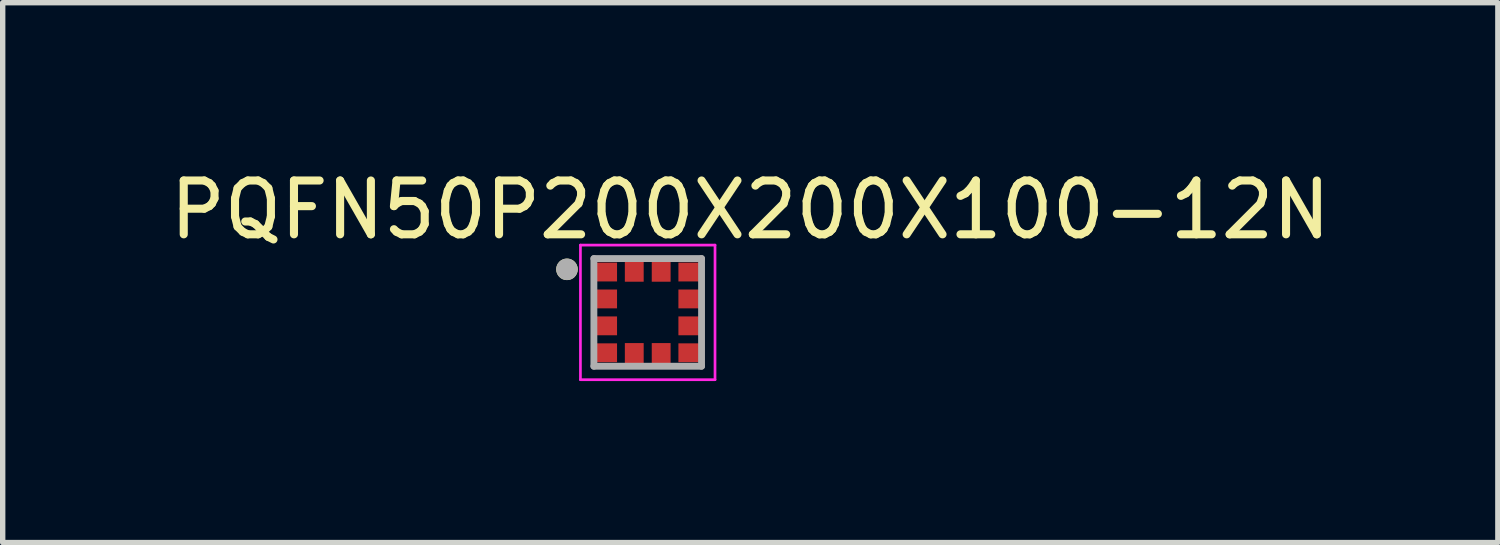
<source format=kicad_pcb>
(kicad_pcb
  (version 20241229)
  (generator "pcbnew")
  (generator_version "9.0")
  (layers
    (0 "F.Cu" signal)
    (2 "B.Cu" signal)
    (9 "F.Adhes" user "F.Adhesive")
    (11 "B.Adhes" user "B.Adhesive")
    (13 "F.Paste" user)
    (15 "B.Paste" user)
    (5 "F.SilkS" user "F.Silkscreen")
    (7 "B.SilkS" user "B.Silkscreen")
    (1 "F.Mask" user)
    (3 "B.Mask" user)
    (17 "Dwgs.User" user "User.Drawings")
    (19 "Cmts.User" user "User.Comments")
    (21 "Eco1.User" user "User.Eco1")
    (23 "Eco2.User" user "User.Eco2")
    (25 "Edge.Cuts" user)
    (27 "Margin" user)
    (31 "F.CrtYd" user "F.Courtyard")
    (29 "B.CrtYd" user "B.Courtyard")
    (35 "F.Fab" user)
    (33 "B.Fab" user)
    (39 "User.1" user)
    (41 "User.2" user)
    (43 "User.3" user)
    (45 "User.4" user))
  (footprint "PQFN50P200X200X100-12N"
    (layer "F.Cu")
    (at 8.982 2.753)
    (property "Reference" "PQFN50P200X200X100-12N" (at 1.905 -1.905 0) (layer "F.SilkS") (effects (font (size 1 1) (thickness 0.15))))
    (attr through_hole)
    (fp_circle (center -1.5 -0.8) (end -1.4 -0.8) (stroke (width 0.2) (type solid)) (fill no) (layer "F.SilkS"))
    (fp_line (start -1.25 -1.25) (end 1.25 -1.25) (stroke (width 0.05) (type solid)) (layer "F.CrtYd"))
    (fp_line (start -1.25 1.25) (end -1.25 -1.25) (stroke (width 0.05) (type solid)) (layer "F.CrtYd"))
    (fp_line (start 1.25 -1.25) (end 1.25 1.25) (stroke (width 0.05) (type solid)) (layer "F.CrtYd"))
    (fp_line (start 1.25 1.25) (end -1.25 1.25) (stroke (width 0.05) (type solid)) (layer "F.CrtYd"))
    (fp_line (start -1 -1) (end 1 -1) (stroke (width 0.127) (type solid)) (layer "F.Fab"))
    (fp_line (start -1 1) (end -1 -1) (stroke (width 0.127) (type solid)) (layer "F.Fab"))
    (fp_line (start 1 -1) (end 1 1) (stroke (width 0.127) (type solid)) (layer "F.Fab"))
    (fp_line (start 1 1) (end -1 1) (stroke (width 0.127) (type solid)) (layer "F.Fab"))
    (fp_circle (center -1.5 -0.8) (end -1.4 -0.8) (stroke (width 0.2) (type solid)) (fill no) (layer "F.Fab"))
    (pad "1" smd rect (at -0.765 -0.75) (size 0.39 0.35) (layers "F.Cu" "F.Mask" "F.Paste"))
    (pad "2" smd rect (at -0.765 -0.25) (size 0.39 0.35) (layers "F.Cu" "F.Mask" "F.Paste"))
    (pad "3" smd rect (at -0.765 0.25) (size 0.39 0.35) (layers "F.Cu" "F.Mask" "F.Paste"))
    (pad "4" smd rect (at -0.765 0.75) (size 0.39 0.35) (layers "F.Cu" "F.Mask" "F.Paste"))
    (pad "5" smd rect (at -0.25 0.765) (size 0.35 0.39) (layers "F.Cu" "F.Mask" "F.Paste"))
    (pad "6" smd rect (at 0.25 0.765) (size 0.35 0.39) (layers "F.Cu" "F.Mask" "F.Paste"))
    (pad "7" smd rect (at 0.765 0.75) (size 0.39 0.35) (layers "F.Cu" "F.Mask" "F.Paste"))
    (pad "8" smd rect (at 0.765 0.25) (size 0.39 0.35) (layers "F.Cu" "F.Mask" "F.Paste"))
    (pad "9" smd rect (at 0.765 -0.25) (size 0.39 0.35) (layers "F.Cu" "F.Mask" "F.Paste"))
    (pad "10" smd rect (at 0.765 -0.75) (size 0.39 0.35) (layers "F.Cu" "F.Mask" "F.Paste"))
    (pad "11" smd rect (at 0.25 -0.765) (size 0.35 0.39) (layers "F.Cu" "F.Mask" "F.Paste"))
    (pad "12" smd rect (at -0.25 -0.765) (size 0.35 0.39) (layers "F.Cu" "F.Mask" "F.Paste")))
  (gr_rect
    (start -3 -3)
    (end 24.774 7.028)
    (stroke (width 0.1) (type default))
    (fill no)
    (layer "Edge.Cuts")))
</source>
